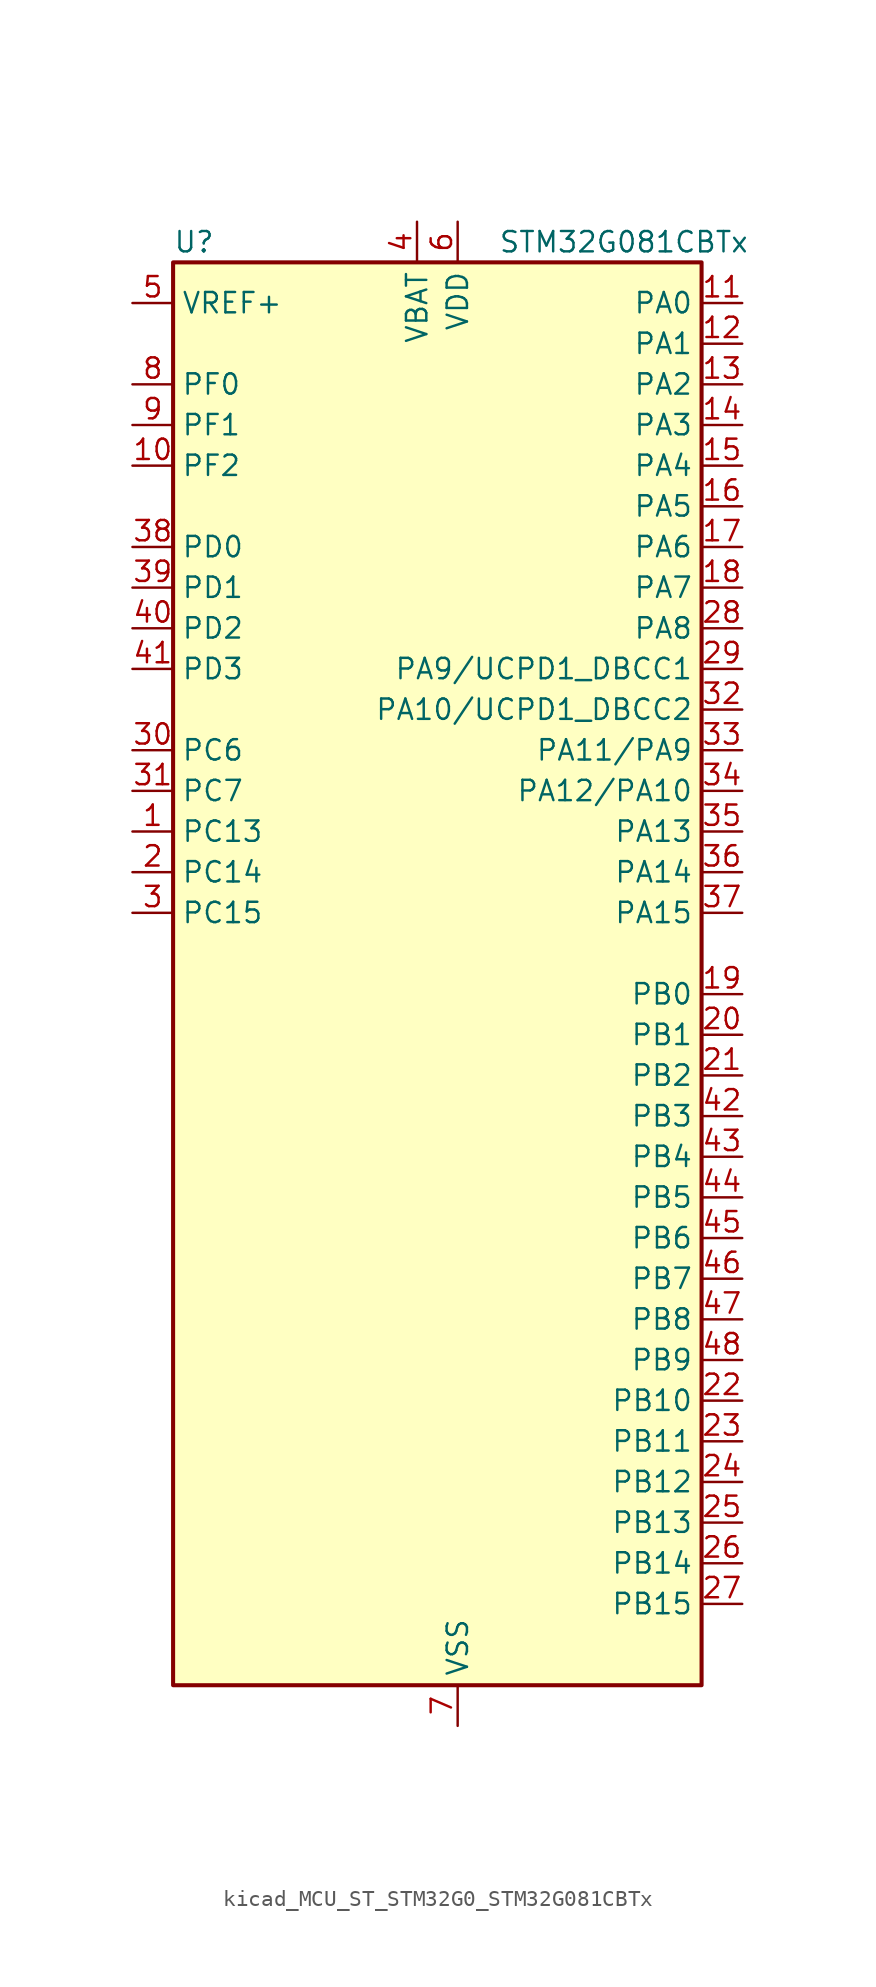
<source format=kicad_sym>
(kicad_symbol_lib
  (version 20220914)
  (generator kicad_symbol_editor)
  (symbol "kicad_MCU_ST_STM32G0_STM32G081CBTx"
    (property "Reference" "U"
      (at -15.24 46.99 0)
      (effects (font (size 1.27 1.27)) (justify left)))
    (property "Value" "STM32G081CBTx"
      (at 5.08 46.99 0)
      (effects (font (size 1.27 1.27)) (justify left)))
    (property "ki_locked" ""
      (at 0 0 0)
      (effects (font (size 1.27 1.27))))
    (symbol "kicad_MCU_ST_STM32G0_STM32G081CBTx_0_1"
      (rectangle (start -15.24 -43.18) (end 17.78 45.72) (stroke (width 0.254) (type default)) (fill (type background))))
    (symbol "kicad_MCU_ST_STM32G0_STM32G081CBTx_1_1"
      (pin bidirectional line (at -17.78 10.16 0) (length 2.54) (name "PC13" (effects (font (size 1.27 1.27)))) (number "1" (effects (font (size 1.27 1.27)))) (alternate "RTC_OUT_ALARM" bidirectional line) (alternate "RTC_OUT_CALIB" bidirectional line) (alternate "RTC_TAMP_IN1" bidirectional line) (alternate "RTC_TS" bidirectional line) (alternate "SYS_WKUP2" bidirectional line) (alternate "TIM1_BK" bidirectional line))
      (pin bidirectional line (at -17.78 33.02 0) (length 2.54) (name "PF2" (effects (font (size 1.27 1.27)))) (number "10" (effects (font (size 1.27 1.27)))) (alternate "RCC_MCO" bidirectional line))
      (pin bidirectional line (at 20.32 43.18 180) (length 2.54) (name "PA0" (effects (font (size 1.27 1.27)))) (number "11" (effects (font (size 1.27 1.27)))) (alternate "ADC1_IN0" bidirectional line) (alternate "COMP1_INM" bidirectional line) (alternate "COMP1_OUT" bidirectional line) (alternate "LPTIM1_OUT" bidirectional line) (alternate "RTC_TAMP_IN2" bidirectional line) (alternate "SPI2_SCK" bidirectional line) (alternate "SYS_WKUP1" bidirectional line) (alternate "TIM2_CH1" bidirectional line) (alternate "TIM2_ETR" bidirectional line) (alternate "UCPD2_FRSTX1" bidirectional line) (alternate "UCPD2_FRSTX2" bidirectional line) (alternate "USART2_CTS" bidirectional line) (alternate "USART2_NSS" bidirectional line) (alternate "USART4_TX" bidirectional line))
      (pin bidirectional line (at 20.32 40.64 180) (length 2.54) (name "PA1" (effects (font (size 1.27 1.27)))) (number "12" (effects (font (size 1.27 1.27)))) (alternate "ADC1_IN1" bidirectional line) (alternate "COMP1_INP" bidirectional line) (alternate "I2C1_SMBA" bidirectional line) (alternate "I2S1_CK" bidirectional line) (alternate "SPI1_SCK" bidirectional line) (alternate "TIM15_CH1N" bidirectional line) (alternate "TIM2_CH2" bidirectional line) (alternate "USART2_CK" bidirectional line) (alternate "USART2_DE" bidirectional line) (alternate "USART2_RTS" bidirectional line) (alternate "USART4_RX" bidirectional line))
      (pin bidirectional line (at 20.32 38.1 180) (length 2.54) (name "PA2" (effects (font (size 1.27 1.27)))) (number "13" (effects (font (size 1.27 1.27)))) (alternate "ADC1_IN2" bidirectional line) (alternate "COMP2_INM" bidirectional line) (alternate "COMP2_OUT" bidirectional line) (alternate "I2S1_SD" bidirectional line) (alternate "LPUART1_TX" bidirectional line) (alternate "RCC_LSCO" bidirectional line) (alternate "SPI1_MOSI" bidirectional line) (alternate "SYS_WKUP4" bidirectional line) (alternate "TIM15_CH1" bidirectional line) (alternate "TIM2_CH3" bidirectional line) (alternate "UCPD1_FRSTX1" bidirectional line) (alternate "UCPD1_FRSTX2" bidirectional line) (alternate "USART2_TX" bidirectional line))
      (pin bidirectional line (at 20.32 35.56 180) (length 2.54) (name "PA3" (effects (font (size 1.27 1.27)))) (number "14" (effects (font (size 1.27 1.27)))) (alternate "ADC1_IN3" bidirectional line) (alternate "COMP2_INP" bidirectional line) (alternate "LPUART1_RX" bidirectional line) (alternate "SPI2_MISO" bidirectional line) (alternate "TIM15_CH2" bidirectional line) (alternate "TIM2_CH4" bidirectional line) (alternate "UCPD2_FRSTX1" bidirectional line) (alternate "UCPD2_FRSTX2" bidirectional line) (alternate "USART2_RX" bidirectional line))
      (pin bidirectional line (at 20.32 33.02 180) (length 2.54) (name "PA4" (effects (font (size 1.27 1.27)))) (number "15" (effects (font (size 1.27 1.27)))) (alternate "ADC1_IN4" bidirectional line) (alternate "DAC1_OUT1" bidirectional line) (alternate "I2S1_WS" bidirectional line) (alternate "LPTIM2_OUT" bidirectional line) (alternate "RTC_OUT_ALARM" bidirectional line) (alternate "RTC_OUT_CALIB" bidirectional line) (alternate "SPI1_NSS" bidirectional line) (alternate "SPI2_MOSI" bidirectional line) (alternate "TIM14_CH1" bidirectional line) (alternate "UCPD2_FRSTX1" bidirectional line) (alternate "UCPD2_FRSTX2" bidirectional line))
      (pin bidirectional line (at 20.32 30.48 180) (length 2.54) (name "PA5" (effects (font (size 1.27 1.27)))) (number "16" (effects (font (size 1.27 1.27)))) (alternate "ADC1_IN5" bidirectional line) (alternate "CEC" bidirectional line) (alternate "DAC1_OUT2" bidirectional line) (alternate "I2S1_CK" bidirectional line) (alternate "LPTIM2_ETR" bidirectional line) (alternate "SPI1_SCK" bidirectional line) (alternate "TIM2_CH1" bidirectional line) (alternate "TIM2_ETR" bidirectional line) (alternate "UCPD1_FRSTX1" bidirectional line) (alternate "UCPD1_FRSTX2" bidirectional line) (alternate "USART3_TX" bidirectional line))
      (pin bidirectional line (at 20.32 27.94 180) (length 2.54) (name "PA6" (effects (font (size 1.27 1.27)))) (number "17" (effects (font (size 1.27 1.27)))) (alternate "ADC1_IN6" bidirectional line) (alternate "COMP1_OUT" bidirectional line) (alternate "I2S1_MCK" bidirectional line) (alternate "LPUART1_CTS" bidirectional line) (alternate "SPI1_MISO" bidirectional line) (alternate "TIM16_CH1" bidirectional line) (alternate "TIM1_BK" bidirectional line) (alternate "TIM3_CH1" bidirectional line) (alternate "USART3_CTS" bidirectional line) (alternate "USART3_NSS" bidirectional line))
      (pin bidirectional line (at 20.32 25.4 180) (length 2.54) (name "PA7" (effects (font (size 1.27 1.27)))) (number "18" (effects (font (size 1.27 1.27)))) (alternate "ADC1_IN7" bidirectional line) (alternate "COMP2_OUT" bidirectional line) (alternate "I2S1_SD" bidirectional line) (alternate "SPI1_MOSI" bidirectional line) (alternate "TIM14_CH1" bidirectional line) (alternate "TIM17_CH1" bidirectional line) (alternate "TIM1_CH1N" bidirectional line) (alternate "TIM3_CH2" bidirectional line) (alternate "UCPD1_FRSTX1" bidirectional line) (alternate "UCPD1_FRSTX2" bidirectional line))
      (pin bidirectional line (at 20.32 0 180) (length 2.54) (name "PB0" (effects (font (size 1.27 1.27)))) (number "19" (effects (font (size 1.27 1.27)))) (alternate "ADC1_IN8" bidirectional line) (alternate "COMP1_OUT" bidirectional line) (alternate "I2S1_WS" bidirectional line) (alternate "LPTIM1_OUT" bidirectional line) (alternate "SPI1_NSS" bidirectional line) (alternate "TIM1_CH2N" bidirectional line) (alternate "TIM3_CH3" bidirectional line) (alternate "UCPD1_FRSTX1" bidirectional line) (alternate "UCPD1_FRSTX2" bidirectional line) (alternate "USART3_RX" bidirectional line))
      (pin bidirectional line (at -17.78 7.62 0) (length 2.54) (name "PC14" (effects (font (size 1.27 1.27)))) (number "2" (effects (font (size 1.27 1.27)))) (alternate "RCC_OSC32_IN" bidirectional line) (alternate "TIM1_BK2" bidirectional line))
      (pin bidirectional line (at 20.32 -2.54 180) (length 2.54) (name "PB1" (effects (font (size 1.27 1.27)))) (number "20" (effects (font (size 1.27 1.27)))) (alternate "ADC1_IN9" bidirectional line) (alternate "COMP1_INM" bidirectional line) (alternate "LPTIM2_IN1" bidirectional line) (alternate "LPUART1_DE" bidirectional line) (alternate "LPUART1_RTS" bidirectional line) (alternate "TIM14_CH1" bidirectional line) (alternate "TIM1_CH3N" bidirectional line) (alternate "TIM3_CH4" bidirectional line) (alternate "USART3_CK" bidirectional line) (alternate "USART3_DE" bidirectional line) (alternate "USART3_RTS" bidirectional line))
      (pin bidirectional line (at 20.32 -5.08 180) (length 2.54) (name "PB2" (effects (font (size 1.27 1.27)))) (number "21" (effects (font (size 1.27 1.27)))) (alternate "ADC1_IN10" bidirectional line) (alternate "COMP1_INP" bidirectional line) (alternate "LPTIM1_OUT" bidirectional line) (alternate "SPI2_MISO" bidirectional line) (alternate "USART3_TX" bidirectional line))
      (pin bidirectional line (at 20.32 -25.4 180) (length 2.54) (name "PB10" (effects (font (size 1.27 1.27)))) (number "22" (effects (font (size 1.27 1.27)))) (alternate "ADC1_IN11" bidirectional line) (alternate "CEC" bidirectional line) (alternate "COMP1_OUT" bidirectional line) (alternate "I2C2_SCL" bidirectional line) (alternate "LPUART1_RX" bidirectional line) (alternate "SPI2_SCK" bidirectional line) (alternate "TIM2_CH3" bidirectional line) (alternate "USART3_TX" bidirectional line))
      (pin bidirectional line (at 20.32 -27.94 180) (length 2.54) (name "PB11" (effects (font (size 1.27 1.27)))) (number "23" (effects (font (size 1.27 1.27)))) (alternate "ADC1_EXTI11" bidirectional line) (alternate "ADC1_IN15" bidirectional line) (alternate "COMP2_OUT" bidirectional line) (alternate "I2C2_SDA" bidirectional line) (alternate "LPUART1_TX" bidirectional line) (alternate "SPI2_MOSI" bidirectional line) (alternate "TIM2_CH4" bidirectional line) (alternate "USART3_RX" bidirectional line))
      (pin bidirectional line (at 20.32 -30.48 180) (length 2.54) (name "PB12" (effects (font (size 1.27 1.27)))) (number "24" (effects (font (size 1.27 1.27)))) (alternate "ADC1_IN16" bidirectional line) (alternate "LPUART1_DE" bidirectional line) (alternate "LPUART1_RTS" bidirectional line) (alternate "SPI2_NSS" bidirectional line) (alternate "TIM15_BK" bidirectional line) (alternate "TIM1_BK" bidirectional line) (alternate "UCPD2_FRSTX1" bidirectional line) (alternate "UCPD2_FRSTX2" bidirectional line))
      (pin bidirectional line (at 20.32 -33.02 180) (length 2.54) (name "PB13" (effects (font (size 1.27 1.27)))) (number "25" (effects (font (size 1.27 1.27)))) (alternate "I2C2_SCL" bidirectional line) (alternate "LPUART1_CTS" bidirectional line) (alternate "SPI2_SCK" bidirectional line) (alternate "TIM15_CH1N" bidirectional line) (alternate "TIM1_CH1N" bidirectional line) (alternate "USART3_CTS" bidirectional line) (alternate "USART3_NSS" bidirectional line))
      (pin bidirectional line (at 20.32 -35.56 180) (length 2.54) (name "PB14" (effects (font (size 1.27 1.27)))) (number "26" (effects (font (size 1.27 1.27)))) (alternate "I2C2_SDA" bidirectional line) (alternate "SPI2_MISO" bidirectional line) (alternate "TIM15_CH1" bidirectional line) (alternate "TIM1_CH2N" bidirectional line) (alternate "UCPD1_FRSTX1" bidirectional line) (alternate "UCPD1_FRSTX2" bidirectional line) (alternate "USART3_CK" bidirectional line) (alternate "USART3_DE" bidirectional line) (alternate "USART3_RTS" bidirectional line))
      (pin bidirectional line (at 20.32 -38.1 180) (length 2.54) (name "PB15" (effects (font (size 1.27 1.27)))) (number "27" (effects (font (size 1.27 1.27)))) (alternate "RTC_REFIN" bidirectional line) (alternate "SPI2_MOSI" bidirectional line) (alternate "TIM15_CH1N" bidirectional line) (alternate "TIM15_CH2" bidirectional line) (alternate "TIM1_CH3N" bidirectional line) (alternate "UCPD1_CC2" bidirectional line))
      (pin bidirectional line (at 20.32 22.86 180) (length 2.54) (name "PA8" (effects (font (size 1.27 1.27)))) (number "28" (effects (font (size 1.27 1.27)))) (alternate "LPTIM2_OUT" bidirectional line) (alternate "RCC_MCO" bidirectional line) (alternate "SPI2_NSS" bidirectional line) (alternate "TIM1_CH1" bidirectional line) (alternate "UCPD1_CC1" bidirectional line))
      (pin bidirectional line (at 20.32 20.32 180) (length 2.54) (name "PA9/UCPD1_DBCC1" (effects (font (size 1.27 1.27)))) (number "29" (effects (font (size 1.27 1.27)))) (alternate "DAC1_EXTI9" bidirectional line) (alternate "I2C1_SCL" bidirectional line) (alternate "RCC_MCO" bidirectional line) (alternate "SPI2_MISO" bidirectional line) (alternate "TIM15_BK" bidirectional line) (alternate "TIM1_CH2" bidirectional line) (alternate "UCPD1_DBCC1" bidirectional line) (alternate "USART1_TX" bidirectional line))
      (pin bidirectional line (at -17.78 5.08 0) (length 2.54) (name "PC15" (effects (font (size 1.27 1.27)))) (number "3" (effects (font (size 1.27 1.27)))) (alternate "RCC_OSC32_EN" bidirectional line) (alternate "RCC_OSC32_OUT" bidirectional line) (alternate "RCC_OSC_EN" bidirectional line) (alternate "TIM15_BK" bidirectional line))
      (pin bidirectional line (at -17.78 15.24 0) (length 2.54) (name "PC6" (effects (font (size 1.27 1.27)))) (number "30" (effects (font (size 1.27 1.27)))) (alternate "TIM2_CH3" bidirectional line) (alternate "TIM3_CH1" bidirectional line) (alternate "UCPD1_FRSTX1" bidirectional line) (alternate "UCPD1_FRSTX2" bidirectional line))
      (pin bidirectional line (at -17.78 12.7 0) (length 2.54) (name "PC7" (effects (font (size 1.27 1.27)))) (number "31" (effects (font (size 1.27 1.27)))) (alternate "TIM2_CH4" bidirectional line) (alternate "TIM3_CH2" bidirectional line) (alternate "UCPD2_FRSTX1" bidirectional line) (alternate "UCPD2_FRSTX2" bidirectional line))
      (pin bidirectional line (at 20.32 17.78 180) (length 2.54) (name "PA10/UCPD1_DBCC2" (effects (font (size 1.27 1.27)))) (number "32" (effects (font (size 1.27 1.27)))) (alternate "I2C1_SDA" bidirectional line) (alternate "SPI2_MOSI" bidirectional line) (alternate "TIM17_BK" bidirectional line) (alternate "TIM1_CH3" bidirectional line) (alternate "UCPD1_DBCC2" bidirectional line) (alternate "USART1_RX" bidirectional line))
      (pin bidirectional line (at 20.32 15.24 180) (length 2.54) (name "PA11/PA9" (effects (font (size 1.27 1.27)))) (number "33" (effects (font (size 1.27 1.27)))) (alternate "ADC1_EXTI11" bidirectional line) (alternate "COMP1_OUT" bidirectional line) (alternate "I2C2_SCL" bidirectional line) (alternate "I2S1_MCK" bidirectional line) (alternate "SPI1_MISO" bidirectional line) (alternate "TIM1_BK2" bidirectional line) (alternate "TIM1_CH4" bidirectional line) (alternate "USART1_CTS" bidirectional line) (alternate "USART1_NSS" bidirectional line))
      (pin bidirectional line (at 20.32 12.7 180) (length 2.54) (name "PA12/PA10" (effects (font (size 1.27 1.27)))) (number "34" (effects (font (size 1.27 1.27)))) (alternate "COMP2_OUT" bidirectional line) (alternate "I2C2_SDA" bidirectional line) (alternate "I2S1_SD" bidirectional line) (alternate "I2S_CKIN" bidirectional line) (alternate "SPI1_MOSI" bidirectional line) (alternate "TIM1_ETR" bidirectional line) (alternate "USART1_CK" bidirectional line) (alternate "USART1_DE" bidirectional line) (alternate "USART1_RTS" bidirectional line))
      (pin bidirectional line (at 20.32 10.16 180) (length 2.54) (name "PA13" (effects (font (size 1.27 1.27)))) (number "35" (effects (font (size 1.27 1.27)))) (alternate "IR_OUT" bidirectional line) (alternate "SYS_SWDIO" bidirectional line))
      (pin bidirectional line (at 20.32 7.62 180) (length 2.54) (name "PA14" (effects (font (size 1.27 1.27)))) (number "36" (effects (font (size 1.27 1.27)))) (alternate "SYS_SWCLK" bidirectional line) (alternate "USART2_TX" bidirectional line))
      (pin bidirectional line (at 20.32 5.08 180) (length 2.54) (name "PA15" (effects (font (size 1.27 1.27)))) (number "37" (effects (font (size 1.27 1.27)))) (alternate "I2S1_WS" bidirectional line) (alternate "SPI1_NSS" bidirectional line) (alternate "TIM2_CH1" bidirectional line) (alternate "TIM2_ETR" bidirectional line) (alternate "USART2_RX" bidirectional line) (alternate "USART3_CK" bidirectional line) (alternate "USART3_DE" bidirectional line) (alternate "USART3_RTS" bidirectional line) (alternate "USART4_CK" bidirectional line) (alternate "USART4_DE" bidirectional line) (alternate "USART4_RTS" bidirectional line))
      (pin bidirectional line (at -17.78 27.94 0) (length 2.54) (name "PD0" (effects (font (size 1.27 1.27)))) (number "38" (effects (font (size 1.27 1.27)))) (alternate "SPI2_NSS" bidirectional line) (alternate "TIM16_CH1" bidirectional line) (alternate "UCPD2_CC1" bidirectional line))
      (pin bidirectional line (at -17.78 25.4 0) (length 2.54) (name "PD1" (effects (font (size 1.27 1.27)))) (number "39" (effects (font (size 1.27 1.27)))) (alternate "SPI2_SCK" bidirectional line) (alternate "TIM17_CH1" bidirectional line) (alternate "UCPD2_DBCC1" bidirectional line))
      (pin power_in line (at 0 48.26 270) (length 2.54) (name "VBAT" (effects (font (size 1.27 1.27)))) (number "4" (effects (font (size 1.27 1.27)))))
      (pin bidirectional line (at -17.78 22.86 0) (length 2.54) (name "PD2" (effects (font (size 1.27 1.27)))) (number "40" (effects (font (size 1.27 1.27)))) (alternate "TIM1_CH1N" bidirectional line) (alternate "TIM3_ETR" bidirectional line) (alternate "UCPD2_CC2" bidirectional line) (alternate "USART3_CK" bidirectional line) (alternate "USART3_DE" bidirectional line) (alternate "USART3_RTS" bidirectional line))
      (pin bidirectional line (at -17.78 20.32 0) (length 2.54) (name "PD3" (effects (font (size 1.27 1.27)))) (number "41" (effects (font (size 1.27 1.27)))) (alternate "SPI2_MISO" bidirectional line) (alternate "TIM1_CH2N" bidirectional line) (alternate "UCPD2_DBCC2" bidirectional line) (alternate "USART2_CTS" bidirectional line) (alternate "USART2_NSS" bidirectional line))
      (pin bidirectional line (at 20.32 -7.62 180) (length 2.54) (name "PB3" (effects (font (size 1.27 1.27)))) (number "42" (effects (font (size 1.27 1.27)))) (alternate "COMP2_INM" bidirectional line) (alternate "I2S1_CK" bidirectional line) (alternate "SPI1_SCK" bidirectional line) (alternate "TIM1_CH2" bidirectional line) (alternate "TIM2_CH2" bidirectional line) (alternate "USART1_CK" bidirectional line) (alternate "USART1_DE" bidirectional line) (alternate "USART1_RTS" bidirectional line))
      (pin bidirectional line (at 20.32 -10.16 180) (length 2.54) (name "PB4" (effects (font (size 1.27 1.27)))) (number "43" (effects (font (size 1.27 1.27)))) (alternate "COMP2_INP" bidirectional line) (alternate "I2S1_MCK" bidirectional line) (alternate "SPI1_MISO" bidirectional line) (alternate "TIM17_BK" bidirectional line) (alternate "TIM3_CH1" bidirectional line) (alternate "USART1_CTS" bidirectional line) (alternate "USART1_NSS" bidirectional line))
      (pin bidirectional line (at 20.32 -12.7 180) (length 2.54) (name "PB5" (effects (font (size 1.27 1.27)))) (number "44" (effects (font (size 1.27 1.27)))) (alternate "COMP2_OUT" bidirectional line) (alternate "I2C1_SMBA" bidirectional line) (alternate "I2S1_SD" bidirectional line) (alternate "LPTIM1_IN1" bidirectional line) (alternate "SPI1_MOSI" bidirectional line) (alternate "SYS_WKUP6" bidirectional line) (alternate "TIM16_BK" bidirectional line) (alternate "TIM3_CH2" bidirectional line))
      (pin bidirectional line (at 20.32 -15.24 180) (length 2.54) (name "PB6" (effects (font (size 1.27 1.27)))) (number "45" (effects (font (size 1.27 1.27)))) (alternate "COMP2_INP" bidirectional line) (alternate "I2C1_SCL" bidirectional line) (alternate "LPTIM1_ETR" bidirectional line) (alternate "SPI2_MISO" bidirectional line) (alternate "TIM16_CH1N" bidirectional line) (alternate "TIM1_CH3" bidirectional line) (alternate "USART1_TX" bidirectional line))
      (pin bidirectional line (at 20.32 -17.78 180) (length 2.54) (name "PB7" (effects (font (size 1.27 1.27)))) (number "46" (effects (font (size 1.27 1.27)))) (alternate "COMP2_INM" bidirectional line) (alternate "I2C1_SDA" bidirectional line) (alternate "LPTIM1_IN2" bidirectional line) (alternate "SPI2_MOSI" bidirectional line) (alternate "SYS_PVD_IN" bidirectional line) (alternate "TIM17_CH1N" bidirectional line) (alternate "USART1_RX" bidirectional line) (alternate "USART4_CTS" bidirectional line) (alternate "USART4_NSS" bidirectional line))
      (pin bidirectional line (at 20.32 -20.32 180) (length 2.54) (name "PB8" (effects (font (size 1.27 1.27)))) (number "47" (effects (font (size 1.27 1.27)))) (alternate "CEC" bidirectional line) (alternate "I2C1_SCL" bidirectional line) (alternate "SPI2_SCK" bidirectional line) (alternate "TIM15_BK" bidirectional line) (alternate "TIM16_CH1" bidirectional line) (alternate "USART3_TX" bidirectional line))
      (pin bidirectional line (at 20.32 -22.86 180) (length 2.54) (name "PB9" (effects (font (size 1.27 1.27)))) (number "48" (effects (font (size 1.27 1.27)))) (alternate "DAC1_EXTI9" bidirectional line) (alternate "I2C1_SDA" bidirectional line) (alternate "IR_OUT" bidirectional line) (alternate "SPI2_NSS" bidirectional line) (alternate "TIM17_CH1" bidirectional line) (alternate "UCPD2_FRSTX1" bidirectional line) (alternate "UCPD2_FRSTX2" bidirectional line) (alternate "USART3_RX" bidirectional line))
      (pin input line (at -17.78 43.18 0) (length 2.54) (name "VREF+" (effects (font (size 1.27 1.27)))) (number "5" (effects (font (size 1.27 1.27)))) (alternate "VREFBUF_OUT" bidirectional line))
      (pin power_in line (at 2.54 48.26 270) (length 2.54) (name "VDD" (effects (font (size 1.27 1.27)))) (number "6" (effects (font (size 1.27 1.27)))))
      (pin power_in line (at 2.54 -45.72 90) (length 2.54) (name "VSS" (effects (font (size 1.27 1.27)))) (number "7" (effects (font (size 1.27 1.27)))))
      (pin bidirectional line (at -17.78 38.1 0) (length 2.54) (name "PF0" (effects (font (size 1.27 1.27)))) (number "8" (effects (font (size 1.27 1.27)))) (alternate "RCC_OSC_IN" bidirectional line) (alternate "TIM14_CH1" bidirectional line))
      (pin bidirectional line (at -17.78 35.56 0) (length 2.54) (name "PF1" (effects (font (size 1.27 1.27)))) (number "9" (effects (font (size 1.27 1.27)))) (alternate "RCC_OSC_EN" bidirectional line) (alternate "RCC_OSC_OUT" bidirectional line) (alternate "TIM15_CH1N" bidirectional line)))))
</source>
